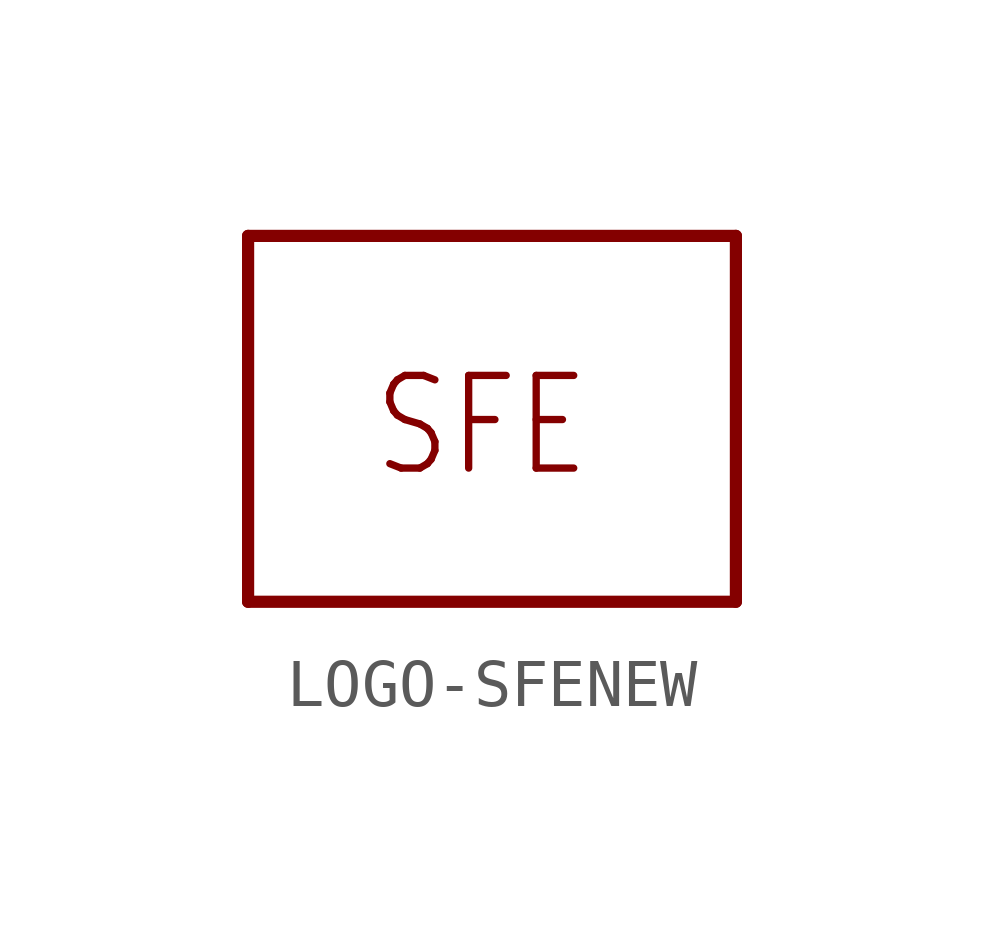
<source format=kicad_sym>
(kicad_symbol_lib
  (version 20211014)
  (generator kicad_symbol_editor)
  (symbol "LOGO-SFENEW"
    (property "Reference" "JP"
      (at 0 0 0)
      (effects (font (size 1.27 1.27)) hide))
    (property "ki_locked" ""
      (at 0 0 0)
      (effects (font (size 1.27 1.27))))
    (symbol "LOGO-SFENEW_1_0"
      (polyline (pts (xy -2.54 -2.54) (xy 7.62 -2.54)) (stroke (width 0.254) (type default) (color 0 0 0 0)) (fill (type none)))
      (polyline (pts (xy -2.54 5.08) (xy -2.54 -2.54)) (stroke (width 0.254) (type default) (color 0 0 0 0)) (fill (type none)))
      (polyline (pts (xy 7.62 -2.54) (xy 7.62 5.08)) (stroke (width 0.254) (type default) (color 0 0 0 0)) (fill (type none)))
      (polyline (pts (xy 7.62 5.08) (xy -2.54 5.08)) (stroke (width 0.254) (type default) (color 0 0 0 0)) (fill (type none)))
      (text "SFE" (at 0 0 0) (effects (font (size 1.93 1.641)) (justify left bottom))))))
</source>
